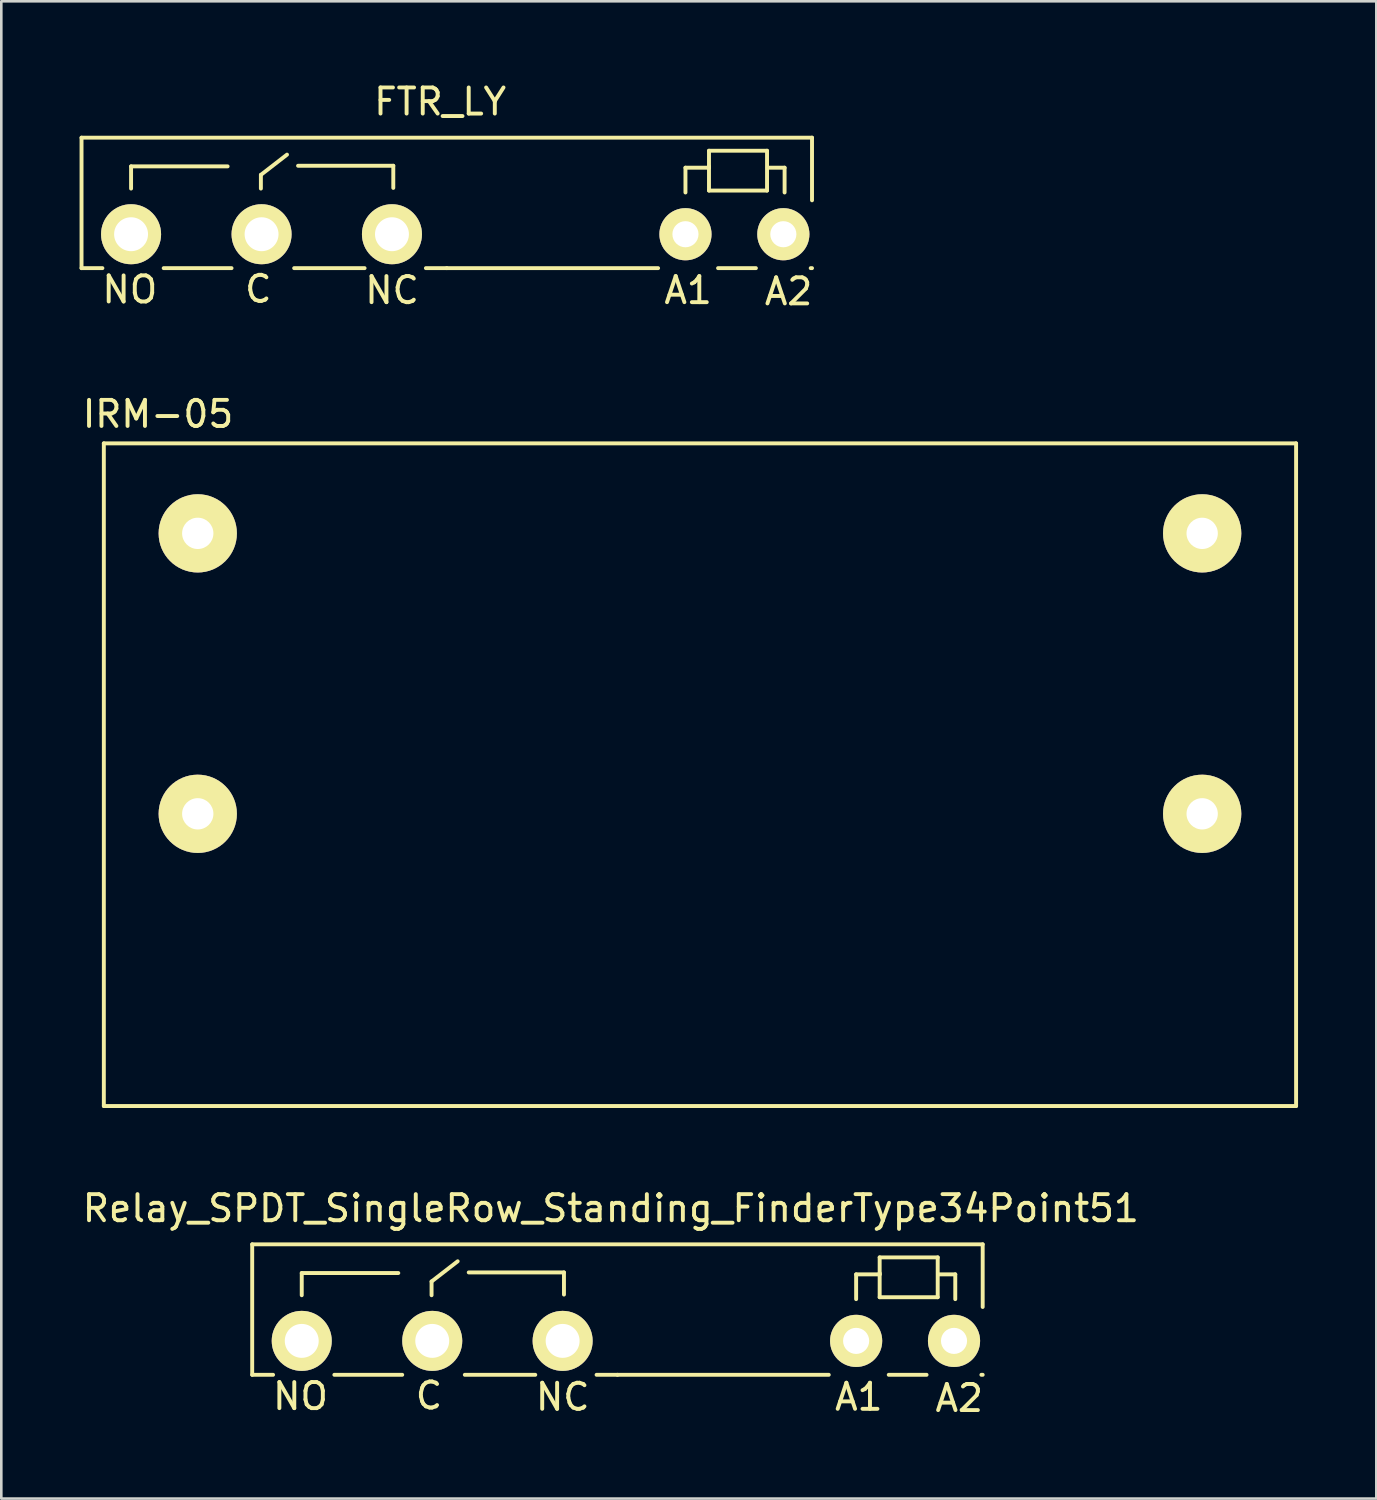
<source format=kicad_pcb>
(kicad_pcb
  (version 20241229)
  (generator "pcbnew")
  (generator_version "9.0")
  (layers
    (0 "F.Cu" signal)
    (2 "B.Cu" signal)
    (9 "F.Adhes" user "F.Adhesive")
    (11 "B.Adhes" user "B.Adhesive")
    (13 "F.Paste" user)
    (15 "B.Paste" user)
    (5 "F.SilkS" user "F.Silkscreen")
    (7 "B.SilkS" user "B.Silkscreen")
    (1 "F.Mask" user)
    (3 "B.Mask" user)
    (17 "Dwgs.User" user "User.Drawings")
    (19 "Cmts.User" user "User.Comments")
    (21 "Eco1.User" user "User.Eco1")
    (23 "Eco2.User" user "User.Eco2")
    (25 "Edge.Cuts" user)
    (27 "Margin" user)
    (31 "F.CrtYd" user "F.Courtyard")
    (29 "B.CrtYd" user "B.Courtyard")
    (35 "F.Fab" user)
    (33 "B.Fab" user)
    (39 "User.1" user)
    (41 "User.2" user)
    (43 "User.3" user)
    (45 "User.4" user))
  (footprint "Relay_SPDT_SingleRow_Standing_FinderType34Point51"
    (layer "F.Cu")
    (at 20.363 48.347)
    (property "Reference" "Relay_SPDT_SingleRow_Standing_FinderType34Point51" (at 0 -5.08 0) (layer "F.SilkS") (effects (font (size 1 1) (thickness 0.15))))
    (attr through_hole)
    (fp_line (start -13.746 -3.701) (end 14.254 -3.701) (stroke (width 0.15) (type solid)) (layer "F.SilkS"))
    (fp_line (start -13.746 1.3) (end -13.746 -3.701) (stroke (width 0.15) (type solid)) (layer "F.SilkS"))
    (fp_line (start -12.946 1.3) (end -13.746 1.3) (stroke (width 0.15) (type solid)) (layer "F.SilkS"))
    (fp_line (start -11.847 -2.601) (end -11.847 -1.75) (stroke (width 0.15) (type solid)) (layer "F.SilkS"))
    (fp_line (start -8.146 -2.601) (end -11.847 -2.601) (stroke (width 0.15) (type solid)) (layer "F.SilkS"))
    (fp_line (start -7.996 1.3) (end -10.597 1.3) (stroke (width 0.15) (type solid)) (layer "F.SilkS"))
    (fp_line (start -6.871 -2.276) (end -5.87 -3.051) (stroke (width 0.15) (type solid)) (layer "F.SilkS"))
    (fp_line (start -6.871 -1.75) (end -6.871 -2.276) (stroke (width 0.15) (type solid)) (layer "F.SilkS"))
    (fp_line (start -5.446 -2.624) (end -1.796 -2.624) (stroke (width 0.15) (type solid)) (layer "F.SilkS"))
    (fp_line (start -2.896 1.3) (end -5.596 1.3) (stroke (width 0.15) (type solid)) (layer "F.SilkS"))
    (fp_line (start -1.796 -2.624) (end -1.796 -1.775) (stroke (width 0.15) (type solid)) (layer "F.SilkS"))
    (fp_line (start 0.254 1.3) (end -0.546 1.3) (stroke (width 0.15) (type solid)) (layer "F.SilkS"))
    (fp_line (start 8.354 1.3) (end 0.254 1.3) (stroke (width 0.15) (type solid)) (layer "F.SilkS"))
    (fp_line (start 9.403 -2.55) (end 10.305 -2.55) (stroke (width 0.15) (type solid)) (layer "F.SilkS"))
    (fp_line (start 9.403 -1.6) (end 9.403 -2.55) (stroke (width 0.15) (type solid)) (layer "F.SilkS"))
    (fp_line (start 10.305 -3.2) (end 12.53 -3.2) (stroke (width 0.15) (type solid)) (layer "F.SilkS"))
    (fp_line (start 10.305 -2.55) (end 10.305 -3.2) (stroke (width 0.15) (type solid)) (layer "F.SilkS"))
    (fp_line (start 10.305 -1.674) (end 10.305 -2.601) (stroke (width 0.15) (type solid)) (layer "F.SilkS"))
    (fp_line (start 12.103 1.3) (end 10.653 1.3) (stroke (width 0.15) (type solid)) (layer "F.SilkS"))
    (fp_line (start 12.53 -3.2) (end 12.53 -1.674) (stroke (width 0.15) (type solid)) (layer "F.SilkS"))
    (fp_line (start 12.53 -1.674) (end 10.305 -1.674) (stroke (width 0.15) (type solid)) (layer "F.SilkS"))
    (fp_line (start 12.555 -2.55) (end 13.203 -2.55) (stroke (width 0.15) (type solid)) (layer "F.SilkS"))
    (fp_line (start 13.203 -2.55) (end 13.203 -1.6) (stroke (width 0.15) (type solid)) (layer "F.SilkS"))
    (fp_line (start 14.254 -3.701) (end 14.254 -1.3) (stroke (width 0.15) (type solid)) (layer "F.SilkS"))
    (fp_line (start 14.254 1.3) (end 14.204 1.3) (stroke (width 0.15) (type solid)) (layer "F.SilkS"))
    (fp_text user "A2" (at 13.355 2.197 0) (layer "F.SilkS") (effects (font (size 1 1) (thickness 0.15))))
    (fp_text user "C" (at -6.97 2.101 0) (layer "F.SilkS") (effects (font (size 1 1) (thickness 0.15))))
    (fp_text user "NC" (at -1.844 2.149 0) (layer "F.SilkS") (effects (font (size 1 1) (thickness 0.15))))
    (fp_text user "A1" (at 9.505 2.149 0) (layer "F.SilkS") (effects (font (size 1 1) (thickness 0.15))))
    (fp_text user "NO" (at -11.895 2.123 0) (layer "F.SilkS") (effects (font (size 1 1) (thickness 0.15))))
    (pad "11" thru_hole circle (at -6.845 0 180) (size 2.301 2.301) (drill 1.3) (layers "*.Cu" "*.Mask" "F.SilkS"))
    (pad "12" thru_hole circle (at -1.847 0 180) (size 2.301 2.301) (drill 1.3) (layers "*.Cu" "*.Mask" "F.SilkS"))
    (pad "14" thru_hole circle (at -11.847 0 180) (size 2.301 2.301) (drill 1.3) (layers "*.Cu" "*.Mask" "F.SilkS"))
    (pad "A1" thru_hole circle (at 9.403 0 180) (size 1.999 1.999) (drill 1.001) (layers "*.Cu" "*.Mask" "F.SilkS"))
    (pad "A2" thru_hole circle (at 13.155 0 180) (size 1.999 1.999) (drill 1.001) (layers "*.Cu" "*.Mask" "F.SilkS")))
  (footprint "FTR_LY"
    (layer "F.Cu")
    (at 13.821 5.928)
    (property "Reference" "FTR_LY" (at 0 -5.08 0) (layer "F.SilkS") (effects (font (size 1 1) (thickness 0.15))))
    (attr through_hole)
    (fp_line (start -13.746 -3.701) (end 14.254 -3.701) (stroke (width 0.15) (type solid)) (layer "F.SilkS"))
    (fp_line (start -13.746 1.3) (end -13.746 -3.701) (stroke (width 0.15) (type solid)) (layer "F.SilkS"))
    (fp_line (start -12.946 1.3) (end -13.746 1.3) (stroke (width 0.15) (type solid)) (layer "F.SilkS"))
    (fp_line (start -11.847 -2.601) (end -11.847 -1.75) (stroke (width 0.15) (type solid)) (layer "F.SilkS"))
    (fp_line (start -8.146 -2.601) (end -11.847 -2.601) (stroke (width 0.15) (type solid)) (layer "F.SilkS"))
    (fp_line (start -7.996 1.3) (end -10.597 1.3) (stroke (width 0.15) (type solid)) (layer "F.SilkS"))
    (fp_line (start -6.871 -2.276) (end -5.87 -3.051) (stroke (width 0.15) (type solid)) (layer "F.SilkS"))
    (fp_line (start -6.871 -1.75) (end -6.871 -2.276) (stroke (width 0.15) (type solid)) (layer "F.SilkS"))
    (fp_line (start -5.446 -2.624) (end -1.796 -2.624) (stroke (width 0.15) (type solid)) (layer "F.SilkS"))
    (fp_line (start -2.896 1.3) (end -5.596 1.3) (stroke (width 0.15) (type solid)) (layer "F.SilkS"))
    (fp_line (start -1.796 -2.624) (end -1.796 -1.775) (stroke (width 0.15) (type solid)) (layer "F.SilkS"))
    (fp_line (start 0.254 1.3) (end -0.546 1.3) (stroke (width 0.15) (type solid)) (layer "F.SilkS"))
    (fp_line (start 8.354 1.3) (end 0.254 1.3) (stroke (width 0.15) (type solid)) (layer "F.SilkS"))
    (fp_line (start 9.403 -2.55) (end 10.305 -2.55) (stroke (width 0.15) (type solid)) (layer "F.SilkS"))
    (fp_line (start 9.403 -1.6) (end 9.403 -2.55) (stroke (width 0.15) (type solid)) (layer "F.SilkS"))
    (fp_line (start 10.305 -3.2) (end 12.53 -3.2) (stroke (width 0.15) (type solid)) (layer "F.SilkS"))
    (fp_line (start 10.305 -2.55) (end 10.305 -3.2) (stroke (width 0.15) (type solid)) (layer "F.SilkS"))
    (fp_line (start 10.305 -1.674) (end 10.305 -2.601) (stroke (width 0.15) (type solid)) (layer "F.SilkS"))
    (fp_line (start 12.103 1.3) (end 10.653 1.3) (stroke (width 0.15) (type solid)) (layer "F.SilkS"))
    (fp_line (start 12.53 -3.2) (end 12.53 -1.674) (stroke (width 0.15) (type solid)) (layer "F.SilkS"))
    (fp_line (start 12.53 -1.674) (end 10.305 -1.674) (stroke (width 0.15) (type solid)) (layer "F.SilkS"))
    (fp_line (start 12.555 -2.55) (end 13.203 -2.55) (stroke (width 0.15) (type solid)) (layer "F.SilkS"))
    (fp_line (start 13.203 -2.55) (end 13.203 -1.6) (stroke (width 0.15) (type solid)) (layer "F.SilkS"))
    (fp_line (start 14.254 -3.701) (end 14.254 -1.3) (stroke (width 0.15) (type solid)) (layer "F.SilkS"))
    (fp_line (start 14.254 1.3) (end 14.204 1.3) (stroke (width 0.15) (type solid)) (layer "F.SilkS"))
    (fp_text user "NO" (at -11.895 2.123 0) (layer "F.SilkS") (effects (font (size 1 1) (thickness 0.15))))
    (fp_text user "NC" (at -1.844 2.149 0) (layer "F.SilkS") (effects (font (size 1 1) (thickness 0.15))))
    (fp_text user "A1" (at 9.505 2.149 0) (layer "F.SilkS") (effects (font (size 1 1) (thickness 0.15))))
    (fp_text user "A2" (at 13.355 2.197 0) (layer "F.SilkS") (effects (font (size 1 1) (thickness 0.15))))
    (fp_text user "C" (at -6.97 2.101 0) (layer "F.SilkS") (effects (font (size 1 1) (thickness 0.15))))
    (pad "11" thru_hole circle (at -6.845 0 180) (size 2.301 2.301) (drill 1.3) (layers "*.Cu" "*.Mask" "F.SilkS"))
    (pad "12" thru_hole circle (at -1.847 0 180) (size 2.301 2.301) (drill 1.3) (layers "*.Cu" "*.Mask" "F.SilkS"))
    (pad "14" thru_hole circle (at -11.847 0 180) (size 2.301 2.301) (drill 1.3) (layers "*.Cu" "*.Mask" "F.SilkS"))
    (pad "A1" thru_hole circle (at 9.403 0 180) (size 1.999 1.999) (drill 1.001) (layers "*.Cu" "*.Mask" "F.SilkS"))
    (pad "A2" thru_hole circle (at 13.155 0 180) (size 1.999 1.999) (drill 1.001) (layers "*.Cu" "*.Mask" "F.SilkS")))
  (footprint "IRM-05"
    (layer "F.Cu")
    (at 4.53 17.394)
    (property "Reference" "IRM-05" (at -1.524 -4.572 0) (layer "F.SilkS") (effects (font (size 1 1) (thickness 0.15))))
    (attr through_hole)
    (fp_line (start -3.6 -3.45) (end -3.6 21.95) (stroke (width 0.15) (type solid)) (layer "F.SilkS"))
    (fp_line (start -3.6 -3.45) (end 42.1 -3.45) (stroke (width 0.15) (type solid)) (layer "F.SilkS"))
    (fp_line (start -3.6 21.95) (end 42.1 21.95) (stroke (width 0.15) (type solid)) (layer "F.SilkS"))
    (fp_line (start 42.1 21.95) (end 42.1 -3.45) (stroke (width 0.15) (type solid)) (layer "F.SilkS"))
    (pad "1" thru_hole circle (at 0 0 180) (size 3 3) (drill 1.2) (layers "*.Cu" "*.Mask" "F.SilkS"))
    (pad "2" thru_hole circle (at 0 10.75 180) (size 3 3) (drill 1.2) (layers "*.Cu" "*.Mask" "F.SilkS"))
    (pad "3" thru_hole circle (at 38.5 10.75 180) (size 3 3) (drill 1.2) (layers "*.Cu" "*.Mask" "F.SilkS"))
    (pad "4" thru_hole circle (at 38.5 0 180) (size 3 3) (drill 1.2) (layers "*.Cu" "*.Mask" "F.SilkS")))
  (gr_rect
    (start -3 -3)
    (end 49.705 54.392)
    (stroke (width 0.1) (type default))
    (fill no)
    (layer "Edge.Cuts")))
</source>
